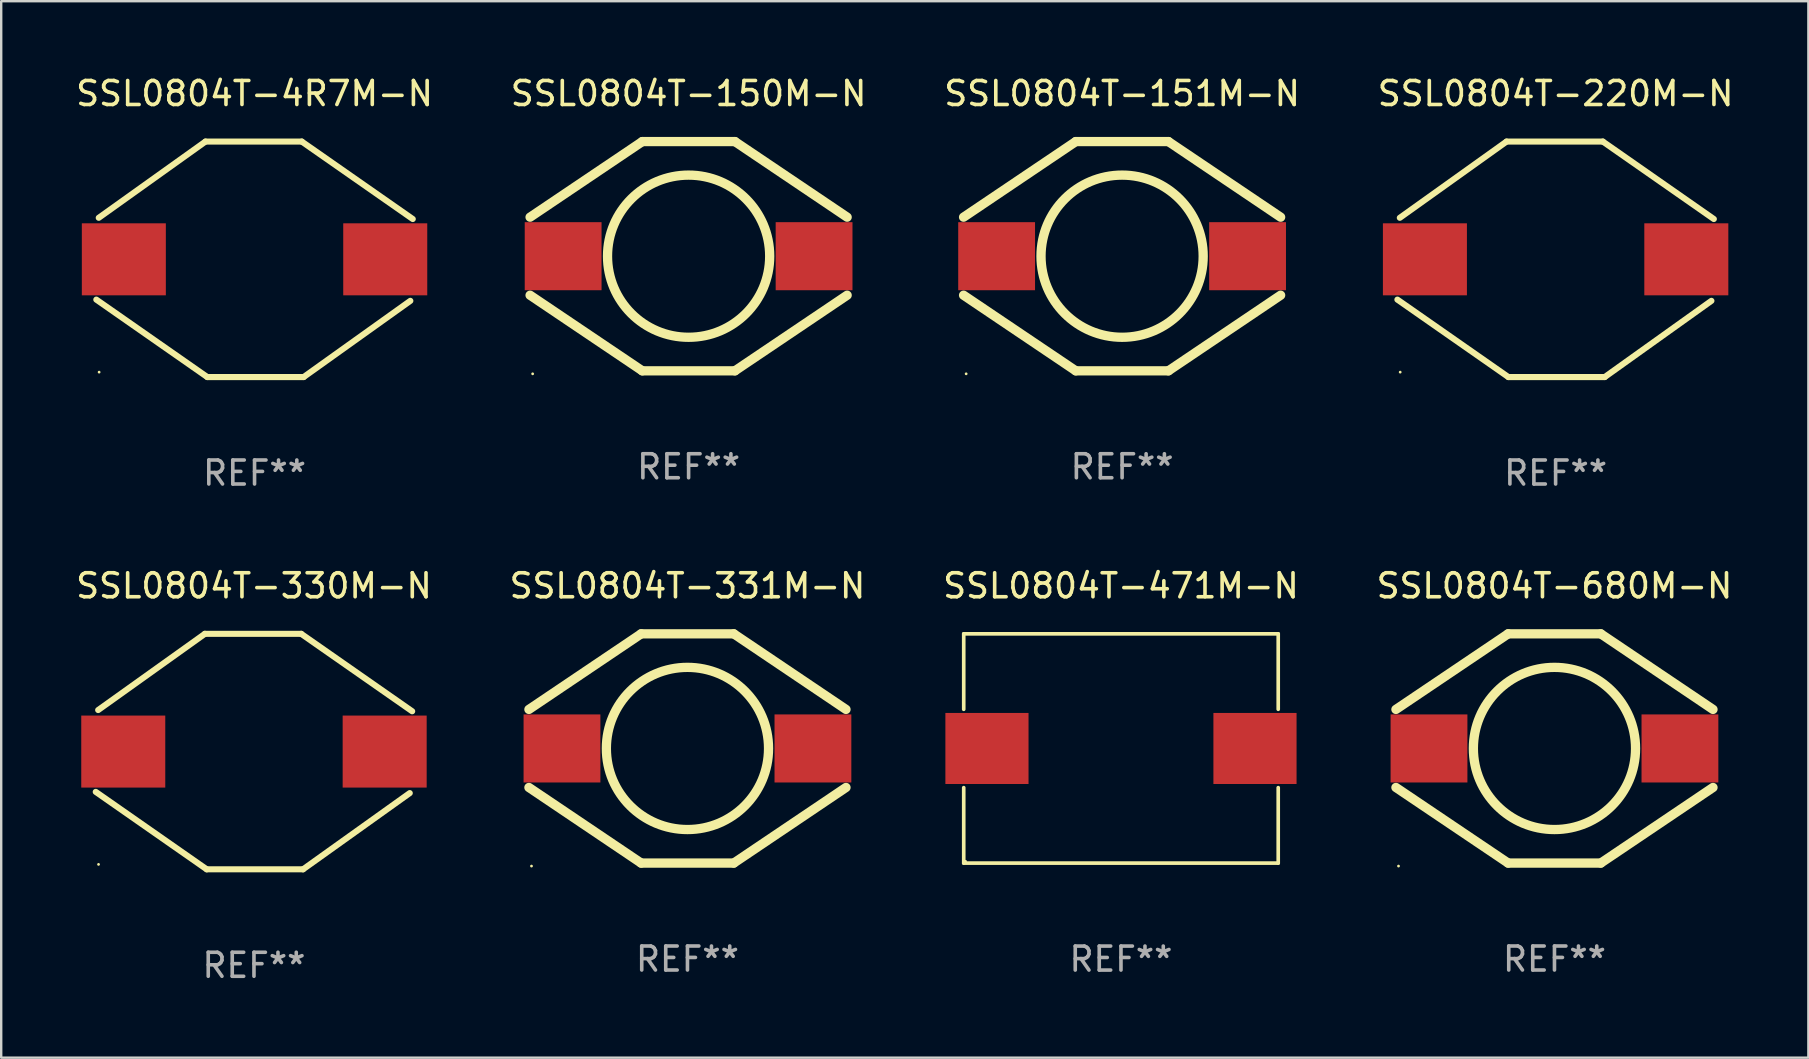
<source format=kicad_pcb>
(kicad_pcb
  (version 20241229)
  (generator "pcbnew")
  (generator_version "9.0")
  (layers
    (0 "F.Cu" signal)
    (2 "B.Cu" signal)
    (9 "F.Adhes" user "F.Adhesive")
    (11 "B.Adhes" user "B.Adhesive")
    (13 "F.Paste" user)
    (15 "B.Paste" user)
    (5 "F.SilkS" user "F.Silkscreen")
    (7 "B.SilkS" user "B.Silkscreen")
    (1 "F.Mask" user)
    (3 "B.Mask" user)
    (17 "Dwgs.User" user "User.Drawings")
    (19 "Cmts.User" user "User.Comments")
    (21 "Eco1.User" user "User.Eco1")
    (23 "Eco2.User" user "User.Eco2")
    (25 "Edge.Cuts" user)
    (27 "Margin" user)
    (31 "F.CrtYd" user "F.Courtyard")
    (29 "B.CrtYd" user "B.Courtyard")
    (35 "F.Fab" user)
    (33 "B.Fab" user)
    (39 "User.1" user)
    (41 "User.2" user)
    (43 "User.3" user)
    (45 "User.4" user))
  (footprint "SSL0804T-330M-N"
    (layer "F.Cu")
    (at 7.53 28.26)
    (property "Reference" "SSL0804T-330M-N" (at 0 -6.905 0) (layer "F.SilkS") (effects (font (size 1 1) (thickness 0.15))))
    (attr through_hole)
    (fp_line (start -6.49 -1.73) (end -2.045 -4.905) (stroke (width 0.254) (type solid)) (layer "F.SilkS"))
    (fp_line (start -2.045 -4.905) (end 1.968 -4.905) (stroke (width 0.254) (type solid)) (layer "F.SilkS"))
    (fp_line (start -1.968 4.905) (end -6.591 1.679) (stroke (width 0.254) (type solid)) (layer "F.SilkS"))
    (fp_line (start 1.968 -4.905) (end 6.591 -1.679) (stroke (width 0.254) (type solid)) (layer "F.SilkS"))
    (fp_line (start 2.045 4.905) (end -1.968 4.905) (stroke (width 0.254) (type solid)) (layer "F.SilkS"))
    (fp_line (start 6.49 1.73) (end 2.045 4.905) (stroke (width 0.254) (type solid)) (layer "F.SilkS"))
    (fp_circle (center -6.475 4.7) (end -6.445 4.7) (stroke (width 0.06) (type solid)) (fill no) (layer "F.SilkS"))
    (fp_text user "REF**" (at 0 8.905 0) (layer "F.Fab") (effects (font (size 1 1) (thickness 0.15))))
    (pad "1" smd rect (at -5.445 0.000013) (size 3.5 3) (layers "F.Cu" "F.Mask" "F.Paste"))
    (pad "2" smd rect (at 5.445 0.000013) (size 3.5 3) (layers "F.Cu" "F.Mask" "F.Paste")))
  (footprint "SSL0804T-150M-N"
    (layer "F.Cu")
    (at 25.637 7.623)
    (property "Reference" "SSL0804T-150M-N" (at 0 -6.775 0) (layer "F.SilkS") (effects (font (size 1 1) (thickness 0.15))))
    (attr through_hole)
    (fp_line (start -6.604 -1.626) (end -1.93 -4.775) (stroke (width 0.387) (type solid)) (layer "F.SilkS"))
    (fp_line (start -1.93 -4.775) (end 1.93 -4.775) (stroke (width 0.387) (type solid)) (layer "F.SilkS"))
    (fp_line (start -1.93 4.775) (end -6.604 1.626) (stroke (width 0.387) (type solid)) (layer "F.SilkS"))
    (fp_line (start -1.93 4.775) (end 1.93 4.775) (stroke (width 0.387) (type solid)) (layer "F.SilkS"))
    (fp_line (start 1.93 -4.775) (end 6.604 -1.626) (stroke (width 0.387) (type solid)) (layer "F.SilkS"))
    (fp_line (start 6.604 1.626) (end 1.93 4.775) (stroke (width 0.387) (type solid)) (layer "F.SilkS"))
    (fp_circle (center -6.497 4.9) (end -6.467 4.9) (stroke (width 0.06) (type solid)) (fill no) (layer "F.SilkS"))
    (fp_circle (center 0 0) (end 3.378 0) (stroke (width 0.387) (type solid)) (fill no) (layer "F.SilkS"))
    (fp_text user "REF**" (at 0 8.775 0) (layer "F.Fab") (effects (font (size 1 1) (thickness 0.15))))
    (pad "1" smd rect (at -5.227 0) (size 3.2 2.835) (layers "F.Cu" "F.Mask" "F.Paste"))
    (pad "2" smd rect (at 5.227 0) (size 3.2 2.835) (layers "F.Cu" "F.Mask" "F.Paste")))
  (footprint "SSL0804T-680M-N"
    (layer "F.Cu")
    (at 61.708 28.13)
    (property "Reference" "SSL0804T-680M-N" (at 0 -6.775 0) (layer "F.SilkS") (effects (font (size 1 1) (thickness 0.15))))
    (attr through_hole)
    (fp_line (start -6.604 -1.626) (end -1.93 -4.775) (stroke (width 0.387) (type solid)) (layer "F.SilkS"))
    (fp_line (start -1.93 -4.775) (end 1.93 -4.775) (stroke (width 0.387) (type solid)) (layer "F.SilkS"))
    (fp_line (start -1.93 4.775) (end -6.604 1.626) (stroke (width 0.387) (type solid)) (layer "F.SilkS"))
    (fp_line (start -1.93 4.775) (end 1.93 4.775) (stroke (width 0.387) (type solid)) (layer "F.SilkS"))
    (fp_line (start 1.93 -4.775) (end 6.604 -1.626) (stroke (width 0.387) (type solid)) (layer "F.SilkS"))
    (fp_line (start 6.604 1.626) (end 1.93 4.775) (stroke (width 0.387) (type solid)) (layer "F.SilkS"))
    (fp_circle (center -6.497 4.9) (end -6.467 4.9) (stroke (width 0.06) (type solid)) (fill no) (layer "F.SilkS"))
    (fp_circle (center 0 0) (end 3.378 0) (stroke (width 0.387) (type solid)) (fill no) (layer "F.SilkS"))
    (fp_text user "REF**" (at 0 8.775 0) (layer "F.Fab") (effects (font (size 1 1) (thickness 0.15))))
    (pad "1" smd rect (at -5.227 0) (size 3.2 2.835) (layers "F.Cu" "F.Mask" "F.Paste"))
    (pad "2" smd rect (at 5.227 0) (size 3.2 2.835) (layers "F.Cu" "F.Mask" "F.Paste")))
  (footprint "SSL0804T-220M-N"
    (layer "F.Cu")
    (at 61.756 7.753)
    (property "Reference" "SSL0804T-220M-N" (at 0 -6.905 0) (layer "F.SilkS") (effects (font (size 1 1) (thickness 0.15))))
    (attr through_hole)
    (fp_line (start -6.49 -1.73) (end -2.045 -4.905) (stroke (width 0.254) (type solid)) (layer "F.SilkS"))
    (fp_line (start -2.045 -4.905) (end 1.968 -4.905) (stroke (width 0.254) (type solid)) (layer "F.SilkS"))
    (fp_line (start -1.968 4.905) (end -6.591 1.679) (stroke (width 0.254) (type solid)) (layer "F.SilkS"))
    (fp_line (start 1.968 -4.905) (end 6.591 -1.679) (stroke (width 0.254) (type solid)) (layer "F.SilkS"))
    (fp_line (start 2.045 4.905) (end -1.968 4.905) (stroke (width 0.254) (type solid)) (layer "F.SilkS"))
    (fp_line (start 6.49 1.73) (end 2.045 4.905) (stroke (width 0.254) (type solid)) (layer "F.SilkS"))
    (fp_circle (center -6.475 4.7) (end -6.445 4.7) (stroke (width 0.06) (type solid)) (fill no) (layer "F.SilkS"))
    (fp_text user "REF**" (at 0 8.905 0) (layer "F.Fab") (effects (font (size 1 1) (thickness 0.15))))
    (pad "1" smd rect (at -5.445 0.000013) (size 3.5 3) (layers "F.Cu" "F.Mask" "F.Paste"))
    (pad "2" smd rect (at 5.445 0.000013) (size 3.5 3) (layers "F.Cu" "F.Mask" "F.Paste")))
  (footprint "SSL0804T-151M-N"
    (layer "F.Cu")
    (at 43.696 7.623)
    (property "Reference" "SSL0804T-151M-N" (at 0 -6.775 0) (layer "F.SilkS") (effects (font (size 1 1) (thickness 0.15))))
    (attr through_hole)
    (fp_line (start -6.604 -1.626) (end -1.93 -4.775) (stroke (width 0.387) (type solid)) (layer "F.SilkS"))
    (fp_line (start -1.93 -4.775) (end 1.93 -4.775) (stroke (width 0.387) (type solid)) (layer "F.SilkS"))
    (fp_line (start -1.93 4.775) (end -6.604 1.626) (stroke (width 0.387) (type solid)) (layer "F.SilkS"))
    (fp_line (start -1.93 4.775) (end 1.93 4.775) (stroke (width 0.387) (type solid)) (layer "F.SilkS"))
    (fp_line (start 1.93 -4.775) (end 6.604 -1.626) (stroke (width 0.387) (type solid)) (layer "F.SilkS"))
    (fp_line (start 6.604 1.626) (end 1.93 4.775) (stroke (width 0.387) (type solid)) (layer "F.SilkS"))
    (fp_circle (center -6.497 4.9) (end -6.467 4.9) (stroke (width 0.06) (type solid)) (fill no) (layer "F.SilkS"))
    (fp_circle (center 0 0) (end 3.378 0) (stroke (width 0.387) (type solid)) (fill no) (layer "F.SilkS"))
    (fp_text user "REF**" (at 0 8.775 0) (layer "F.Fab") (effects (font (size 1 1) (thickness 0.15))))
    (pad "1" smd rect (at -5.227 0) (size 3.2 2.835) (layers "F.Cu" "F.Mask" "F.Paste"))
    (pad "2" smd rect (at 5.227 0) (size 3.2 2.835) (layers "F.Cu" "F.Mask" "F.Paste")))
  (footprint "SSL0804T-471M-N"
    (layer "F.Cu")
    (at 43.649 28.131)
    (property "Reference" "SSL0804T-471M-N" (at 0 -6.776 0) (layer "F.SilkS") (effects (font (size 1 1) (thickness 0.15))))
    (attr through_hole)
    (fp_line (start -6.551 -4.776) (end 6.551 -4.776) (stroke (width 0.152) (type solid)) (layer "F.SilkS"))
    (fp_line (start -6.551 -1.632) (end -6.551 -4.776) (stroke (width 0.152) (type solid)) (layer "F.SilkS"))
    (fp_line (start -6.551 1.632) (end -6.551 4.776) (stroke (width 0.152) (type solid)) (layer "F.SilkS"))
    (fp_line (start -6.551 4.776) (end 6.551 4.776) (stroke (width 0.152) (type solid)) (layer "F.SilkS"))
    (fp_line (start 6.551 -4.776) (end 6.551 -1.632) (stroke (width 0.152) (type solid)) (layer "F.SilkS"))
    (fp_line (start 6.551 4.776) (end 6.551 1.632) (stroke (width 0.152) (type solid)) (layer "F.SilkS"))
    (fp_circle (center -6.475 4.7) (end -6.445 4.7) (stroke (width 0.06) (type solid)) (fill no) (layer "F.SilkS"))
    (fp_text user "REF**" (at 0 8.776 0) (layer "F.Fab") (effects (font (size 1 1) (thickness 0.15))))
    (pad "1" smd rect (at 5.583 0) (size 3.464 2.96) (layers "F.Cu" "F.Mask" "F.Paste"))
    (pad "2" smd rect (at -5.583 0) (size 3.464 2.96) (layers "F.Cu" "F.Mask" "F.Paste")))
  (footprint "SSL0804T-4R7M-N"
    (layer "F.Cu")
    (at 7.554 7.753)
    (property "Reference" "SSL0804T-4R7M-N" (at 0 -6.905 0) (layer "F.SilkS") (effects (font (size 1 1) (thickness 0.15))))
    (attr through_hole)
    (fp_line (start -6.49 -1.73) (end -2.045 -4.905) (stroke (width 0.254) (type solid)) (layer "F.SilkS"))
    (fp_line (start -2.045 -4.905) (end 1.968 -4.905) (stroke (width 0.254) (type solid)) (layer "F.SilkS"))
    (fp_line (start -1.968 4.905) (end -6.591 1.679) (stroke (width 0.254) (type solid)) (layer "F.SilkS"))
    (fp_line (start 1.968 -4.905) (end 6.591 -1.679) (stroke (width 0.254) (type solid)) (layer "F.SilkS"))
    (fp_line (start 2.045 4.905) (end -1.968 4.905) (stroke (width 0.254) (type solid)) (layer "F.SilkS"))
    (fp_line (start 6.49 1.73) (end 2.045 4.905) (stroke (width 0.254) (type solid)) (layer "F.SilkS"))
    (fp_circle (center -6.475 4.7) (end -6.445 4.7) (stroke (width 0.06) (type solid)) (fill no) (layer "F.SilkS"))
    (fp_text user "REF**" (at 0 8.905 0) (layer "F.Fab") (effects (font (size 1 1) (thickness 0.15))))
    (pad "1" smd rect (at -5.445 0.000013) (size 3.5 3) (layers "F.Cu" "F.Mask" "F.Paste"))
    (pad "2" smd rect (at 5.445 0.000013) (size 3.5 3) (layers "F.Cu" "F.Mask" "F.Paste")))
  (footprint "SSL0804T-331M-N"
    (layer "F.Cu")
    (at 25.589 28.13)
    (property "Reference" "SSL0804T-331M-N" (at 0 -6.775 0) (layer "F.SilkS") (effects (font (size 1 1) (thickness 0.15))))
    (attr through_hole)
    (fp_line (start -6.604 -1.626) (end -1.93 -4.775) (stroke (width 0.387) (type solid)) (layer "F.SilkS"))
    (fp_line (start -1.93 -4.775) (end 1.93 -4.775) (stroke (width 0.387) (type solid)) (layer "F.SilkS"))
    (fp_line (start -1.93 4.775) (end -6.604 1.626) (stroke (width 0.387) (type solid)) (layer "F.SilkS"))
    (fp_line (start -1.93 4.775) (end 1.93 4.775) (stroke (width 0.387) (type solid)) (layer "F.SilkS"))
    (fp_line (start 1.93 -4.775) (end 6.604 -1.626) (stroke (width 0.387) (type solid)) (layer "F.SilkS"))
    (fp_line (start 6.604 1.626) (end 1.93 4.775) (stroke (width 0.387) (type solid)) (layer "F.SilkS"))
    (fp_circle (center -6.497 4.9) (end -6.467 4.9) (stroke (width 0.06) (type solid)) (fill no) (layer "F.SilkS"))
    (fp_circle (center 0 0) (end 3.378 0) (stroke (width 0.387) (type solid)) (fill no) (layer "F.SilkS"))
    (fp_text user "REF**" (at 0 8.775 0) (layer "F.Fab") (effects (font (size 1 1) (thickness 0.15))))
    (pad "1" smd rect (at -5.227 0) (size 3.2 2.835) (layers "F.Cu" "F.Mask" "F.Paste"))
    (pad "2" smd rect (at 5.227 0) (size 3.2 2.835) (layers "F.Cu" "F.Mask" "F.Paste")))
  (gr_rect
    (start -3 -3)
    (end 72.286 41.013)
    (stroke (width 0.1) (type default))
    (fill no)
    (layer "Edge.Cuts")))
</source>
